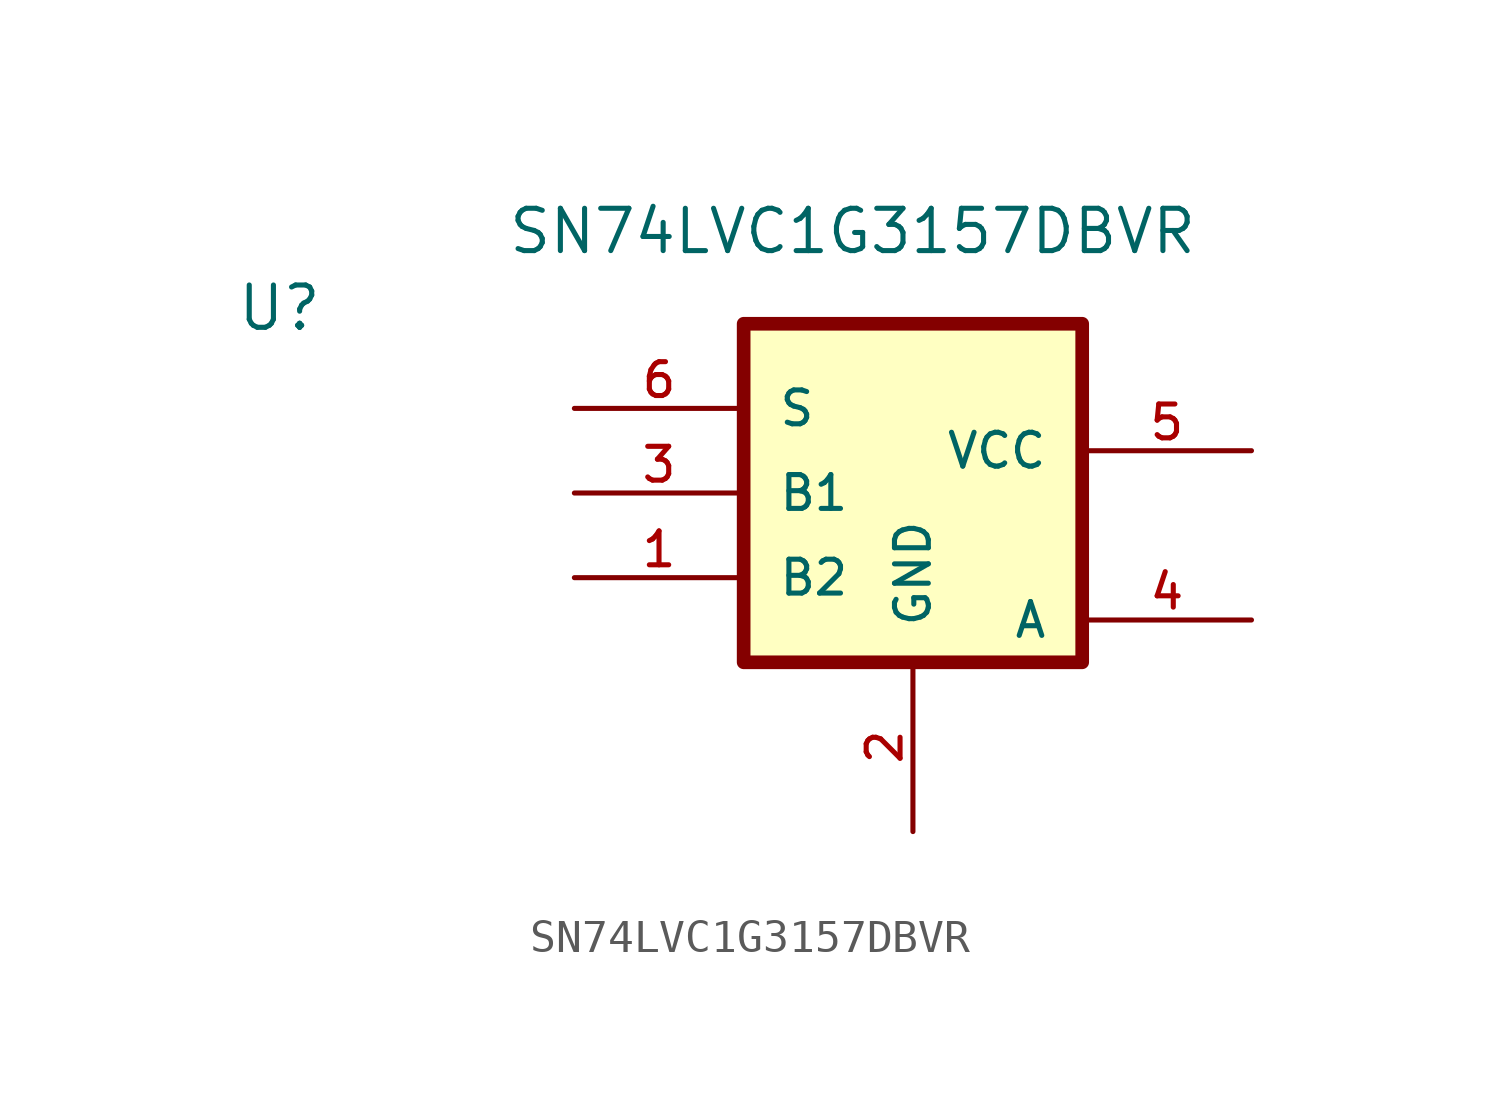
<source format=kicad_sym>
(kicad_symbol_lib
  (version 20241209)
  (generator "kicad_symbol_editor")
  (generator_version "9.0")
  (symbol "SN74LVC1G3157DBVR"
    (pin_names
      (offset 1.016))
    (property "Reference" "U"
      (at -12.7 13.7 0)
      (effects (font (size 1.27 1.27)) (justify left bottom)))
    (property "Value" "SN74LVC1G3157DBVR"
      (at -4.572 16.002 0)
      (effects (font (size 1.27 1.27)) (justify left bottom)))
    (symbol "SN74LVC1G3157DBVR_0_0"
      (rectangle (start 2.54 13.97) (end 12.7 3.81) (stroke (width 0.41) (type default)) (fill (type background)))
      (pin input line (at -2.54 11.43 0) (length 5.08) (name "S" (effects (font (size 1.016 1.016)))) (number "6" (effects (font (size 1.016 1.016)))))
      (pin input line (at -2.54 8.89 0) (length 5.08) (name "B1" (effects (font (size 1.016 1.016)))) (number "3" (effects (font (size 1.016 1.016)))))
      (pin input line (at -2.54 6.35 0) (length 5.08) (name "B2" (effects (font (size 1.016 1.016)))) (number "1" (effects (font (size 1.016 1.016)))))
      (pin power_in line (at 7.62 -1.27 90) (length 5.08) (name "GND" (effects (font (size 1.016 1.016)))) (number "2" (effects (font (size 1.016 1.016)))))
      (pin power_in line (at 17.78 10.16 180) (length 5.08) (name "VCC" (effects (font (size 1.016 1.016)))) (number "5" (effects (font (size 1.016 1.016)))))
      (pin output line (at 17.78 5.08 180) (length 5.08) (name "A" (effects (font (size 1.016 1.016)))) (number "4" (effects (font (size 1.016 1.016))))))))
</source>
